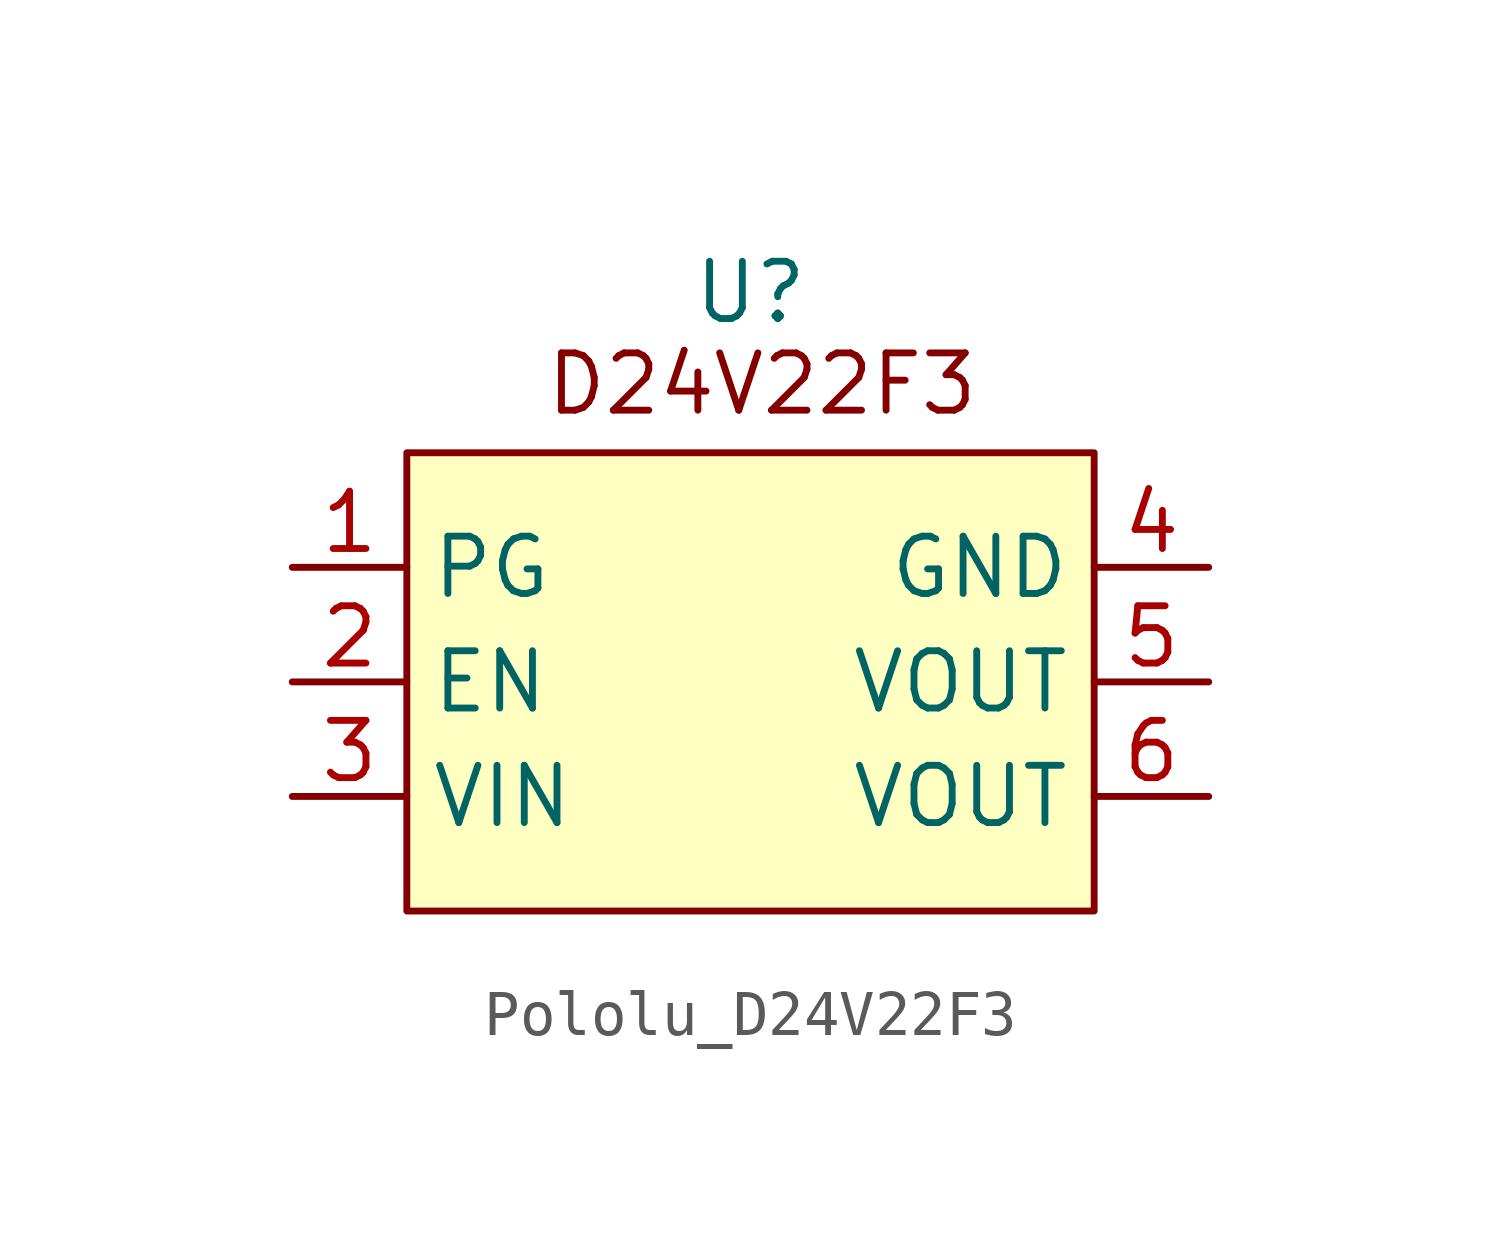
<source format=kicad_sym>
(kicad_symbol_lib
  (version 20241209)
  (generator "kicad_symbol_editor")
  (generator_version "9.0")
  (symbol "Pololu_D24V22F3"
    (property "Reference" "U"
      (at 0 8.636 0)
      (effects (font (size 1.27 1.27))))
    (property "Value" ""
      (at 0 0 0)
      (effects (font (size 1.27 1.27))))
    (symbol "Pololu_D24V22F3_1_1"
      (rectangle (start -7.62 5.08) (end 7.62 -5.08) (stroke (width 0) (type solid)) (fill (type background)))
      (text "D24V22F3" (at 0.254 6.604 0) (effects (font (size 1.27 1.27))))
      (pin output line (at -10.16 2.54 0) (length 2.54) (name "PG" (effects (font (size 1.27 1.27)))) (number "1" (effects (font (size 1.27 1.27)))))
      (pin input line (at -10.16 0 0) (length 2.54) (name "EN" (effects (font (size 1.27 1.27)))) (number "2" (effects (font (size 1.27 1.27)))))
      (pin input line (at -10.16 -2.54 0) (length 2.54) (name "VIN" (effects (font (size 1.27 1.27)))) (number "3" (effects (font (size 1.27 1.27)))))
      (pin input line (at 10.16 2.54 180) (length 2.54) (name "GND" (effects (font (size 1.27 1.27)))) (number "4" (effects (font (size 1.27 1.27)))))
      (pin output line (at 10.16 0 180) (length 2.54) (name "VOUT" (effects (font (size 1.27 1.27)))) (number "5" (effects (font (size 1.27 1.27)))))
      (pin output line (at 10.16 -2.54 180) (length 2.54) (name "VOUT" (effects (font (size 1.27 1.27)))) (number "6" (effects (font (size 1.27 1.27))))))))
</source>
